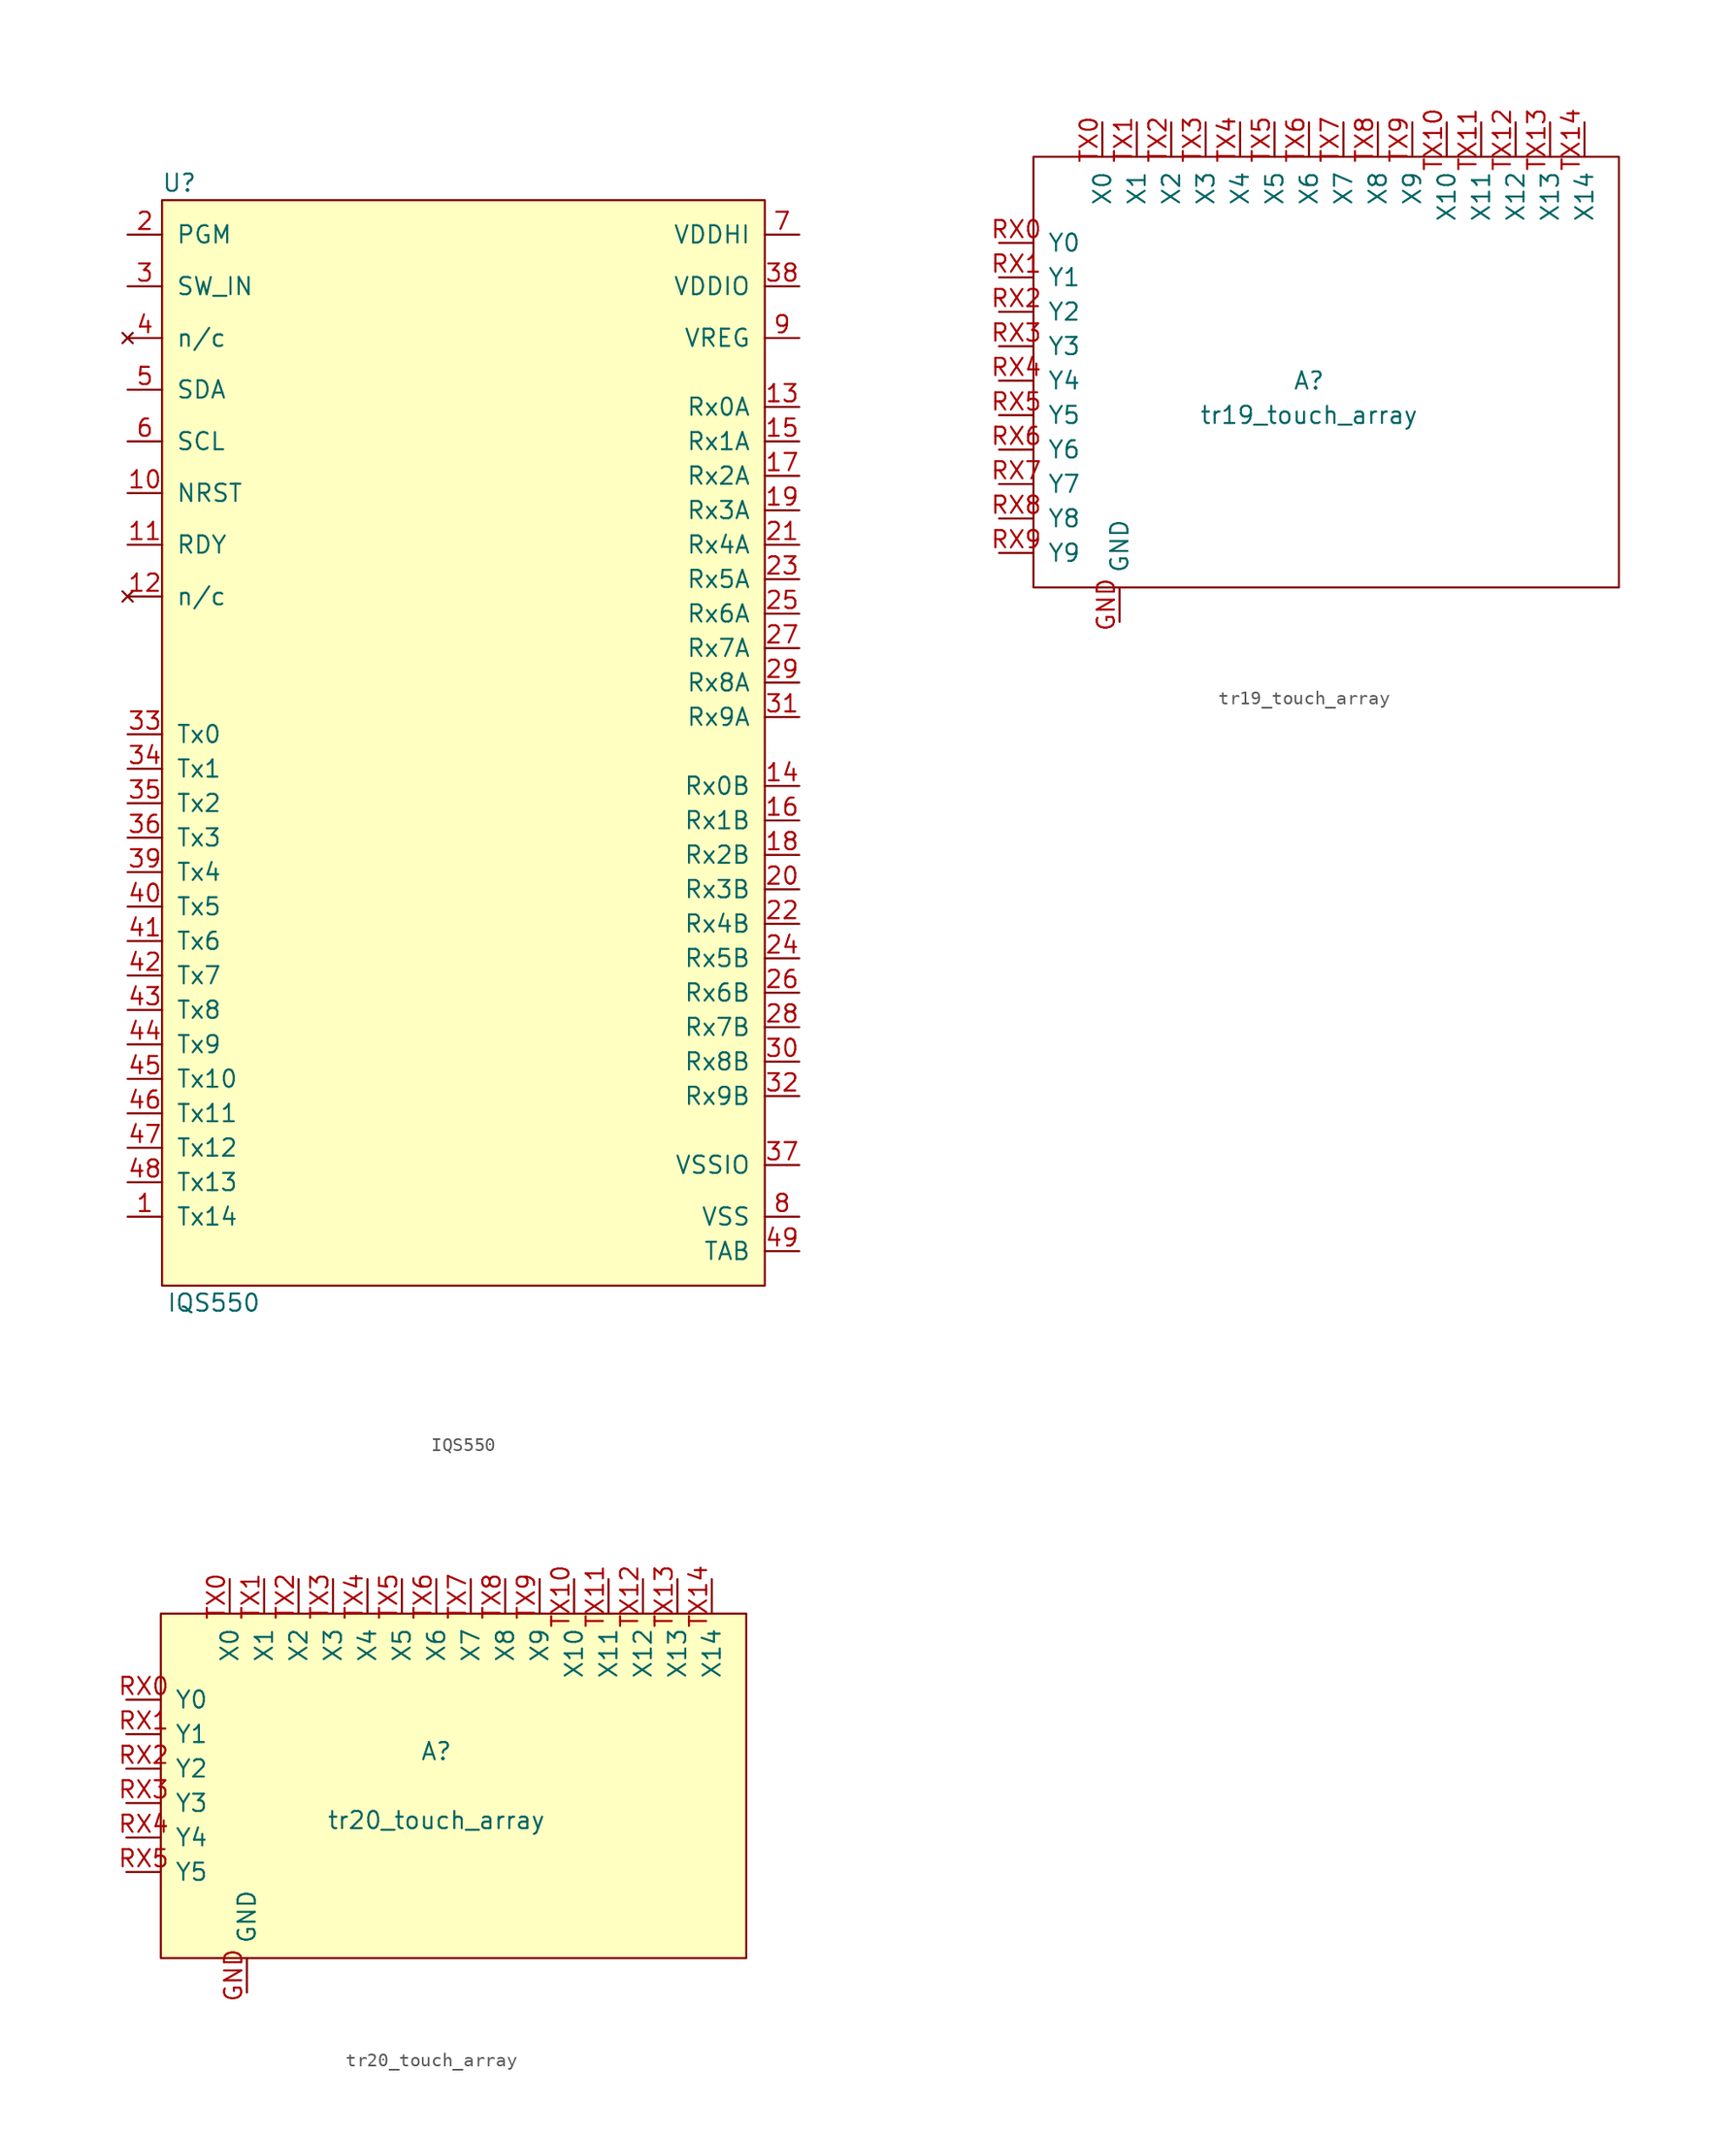
<source format=kicad_sym>
(kicad_symbol_lib
  (version 20201005)
  (generator kicad_symbol_editor)
  (symbol "IQS550"
    (pin_names
      (offset 1.016))
    (property "Reference" "U"
      (at -21.59 38.1 0)
      (effects (font (size 1.27 1.27))))
    (property "Value" "IQS550"
      (at -19.05 -44.45 0)
      (effects (font (size 1.27 1.27))))
    (symbol "IQS550_0_1"
      (rectangle (start -22.86 36.83) (end 21.59 -43.18) (stroke (width 0)) (fill (type background))))
    (symbol "IQS550_1_1"
      (pin output line (at -25.4 -38.1 0) (length 2.54) (name "Tx14" (effects (font (size 1.27 1.27)))) (number "1" (effects (font (size 1.27 1.27)))))
      (pin input line (at -25.4 15.24 0) (length 2.54) (name "NRST" (effects (font (size 1.27 1.27)))) (number "10" (effects (font (size 1.27 1.27)))))
      (pin output line (at -25.4 11.43 0) (length 2.54) (name "RDY" (effects (font (size 1.27 1.27)))) (number "11" (effects (font (size 1.27 1.27)))))
      (pin no_connect line (at -25.4 7.62 0) (length 2.54) (name "n/c" (effects (font (size 1.27 1.27)))) (number "12" (effects (font (size 1.27 1.27)))))
      (pin input line (at 24.13 21.59 180) (length 2.54) (name "Rx0A" (effects (font (size 1.27 1.27)))) (number "13" (effects (font (size 1.27 1.27)))))
      (pin input line (at 24.13 -6.35 180) (length 2.54) (name "Rx0B" (effects (font (size 1.27 1.27)))) (number "14" (effects (font (size 1.27 1.27)))))
      (pin input line (at 24.13 19.05 180) (length 2.54) (name "Rx1A" (effects (font (size 1.27 1.27)))) (number "15" (effects (font (size 1.27 1.27)))))
      (pin input line (at 24.13 -8.89 180) (length 2.54) (name "Rx1B" (effects (font (size 1.27 1.27)))) (number "16" (effects (font (size 1.27 1.27)))))
      (pin input line (at 24.13 16.51 180) (length 2.54) (name "Rx2A" (effects (font (size 1.27 1.27)))) (number "17" (effects (font (size 1.27 1.27)))))
      (pin input line (at 24.13 -11.43 180) (length 2.54) (name "Rx2B" (effects (font (size 1.27 1.27)))) (number "18" (effects (font (size 1.27 1.27)))))
      (pin input line (at 24.13 13.97 180) (length 2.54) (name "Rx3A" (effects (font (size 1.27 1.27)))) (number "19" (effects (font (size 1.27 1.27)))))
      (pin unspecified line (at -25.4 34.29 0) (length 2.54) (name "PGM" (effects (font (size 1.27 1.27)))) (number "2" (effects (font (size 1.27 1.27)))))
      (pin input line (at 24.13 -13.97 180) (length 2.54) (name "Rx3B" (effects (font (size 1.27 1.27)))) (number "20" (effects (font (size 1.27 1.27)))))
      (pin input line (at 24.13 11.43 180) (length 2.54) (name "Rx4A" (effects (font (size 1.27 1.27)))) (number "21" (effects (font (size 1.27 1.27)))))
      (pin input line (at 24.13 -16.51 180) (length 2.54) (name "Rx4B" (effects (font (size 1.27 1.27)))) (number "22" (effects (font (size 1.27 1.27)))))
      (pin input line (at 24.13 8.89 180) (length 2.54) (name "Rx5A" (effects (font (size 1.27 1.27)))) (number "23" (effects (font (size 1.27 1.27)))))
      (pin input line (at 24.13 -19.05 180) (length 2.54) (name "Rx5B" (effects (font (size 1.27 1.27)))) (number "24" (effects (font (size 1.27 1.27)))))
      (pin input line (at 24.13 6.35 180) (length 2.54) (name "Rx6A" (effects (font (size 1.27 1.27)))) (number "25" (effects (font (size 1.27 1.27)))))
      (pin input line (at 24.13 -21.59 180) (length 2.54) (name "Rx6B" (effects (font (size 1.27 1.27)))) (number "26" (effects (font (size 1.27 1.27)))))
      (pin input line (at 24.13 3.81 180) (length 2.54) (name "Rx7A" (effects (font (size 1.27 1.27)))) (number "27" (effects (font (size 1.27 1.27)))))
      (pin input line (at 24.13 -24.13 180) (length 2.54) (name "Rx7B" (effects (font (size 1.27 1.27)))) (number "28" (effects (font (size 1.27 1.27)))))
      (pin input line (at 24.13 1.27 180) (length 2.54) (name "Rx8A" (effects (font (size 1.27 1.27)))) (number "29" (effects (font (size 1.27 1.27)))))
      (pin input line (at -25.4 30.48 0) (length 2.54) (name "SW_IN" (effects (font (size 1.27 1.27)))) (number "3" (effects (font (size 1.27 1.27)))))
      (pin input line (at 24.13 -26.67 180) (length 2.54) (name "Rx8B" (effects (font (size 1.27 1.27)))) (number "30" (effects (font (size 1.27 1.27)))))
      (pin input line (at 24.13 -1.27 180) (length 2.54) (name "Rx9A" (effects (font (size 1.27 1.27)))) (number "31" (effects (font (size 1.27 1.27)))))
      (pin input line (at 24.13 -29.21 180) (length 2.54) (name "Rx9B" (effects (font (size 1.27 1.27)))) (number "32" (effects (font (size 1.27 1.27)))))
      (pin output line (at -25.4 -2.54 0) (length 2.54) (name "Tx0" (effects (font (size 1.27 1.27)))) (number "33" (effects (font (size 1.27 1.27)))))
      (pin output line (at -25.4 -5.08 0) (length 2.54) (name "Tx1" (effects (font (size 1.27 1.27)))) (number "34" (effects (font (size 1.27 1.27)))))
      (pin output line (at -25.4 -7.62 0) (length 2.54) (name "Tx2" (effects (font (size 1.27 1.27)))) (number "35" (effects (font (size 1.27 1.27)))))
      (pin output line (at -25.4 -10.16 0) (length 2.54) (name "Tx3" (effects (font (size 1.27 1.27)))) (number "36" (effects (font (size 1.27 1.27)))))
      (pin power_in line (at 24.13 -34.29 180) (length 2.54) (name "VSSIO" (effects (font (size 1.27 1.27)))) (number "37" (effects (font (size 1.27 1.27)))))
      (pin power_in line (at 24.13 30.48 180) (length 2.54) (name "VDDIO" (effects (font (size 1.27 1.27)))) (number "38" (effects (font (size 1.27 1.27)))))
      (pin output line (at -25.4 -12.7 0) (length 2.54) (name "Tx4" (effects (font (size 1.27 1.27)))) (number "39" (effects (font (size 1.27 1.27)))))
      (pin no_connect line (at -25.4 26.67 0) (length 2.54) (name "n/c" (effects (font (size 1.27 1.27)))) (number "4" (effects (font (size 1.27 1.27)))))
      (pin output line (at -25.4 -15.24 0) (length 2.54) (name "Tx5" (effects (font (size 1.27 1.27)))) (number "40" (effects (font (size 1.27 1.27)))))
      (pin output line (at -25.4 -17.78 0) (length 2.54) (name "Tx6" (effects (font (size 1.27 1.27)))) (number "41" (effects (font (size 1.27 1.27)))))
      (pin output line (at -25.4 -20.32 0) (length 2.54) (name "Tx7" (effects (font (size 1.27 1.27)))) (number "42" (effects (font (size 1.27 1.27)))))
      (pin output line (at -25.4 -22.86 0) (length 2.54) (name "Tx8" (effects (font (size 1.27 1.27)))) (number "43" (effects (font (size 1.27 1.27)))))
      (pin output line (at -25.4 -25.4 0) (length 2.54) (name "Tx9" (effects (font (size 1.27 1.27)))) (number "44" (effects (font (size 1.27 1.27)))))
      (pin output line (at -25.4 -27.94 0) (length 2.54) (name "Tx10" (effects (font (size 1.27 1.27)))) (number "45" (effects (font (size 1.27 1.27)))))
      (pin output line (at -25.4 -30.48 0) (length 2.54) (name "Tx11" (effects (font (size 1.27 1.27)))) (number "46" (effects (font (size 1.27 1.27)))))
      (pin output line (at -25.4 -33.02 0) (length 2.54) (name "Tx12" (effects (font (size 1.27 1.27)))) (number "47" (effects (font (size 1.27 1.27)))))
      (pin output line (at -25.4 -35.56 0) (length 2.54) (name "Tx13" (effects (font (size 1.27 1.27)))) (number "48" (effects (font (size 1.27 1.27)))))
      (pin passive line (at 24.13 -40.64 180) (length 2.54) (name "TAB" (effects (font (size 1.27 1.27)))) (number "49" (effects (font (size 1.27 1.27)))))
      (pin open_collector line (at -25.4 22.86 0) (length 2.54) (name "SDA" (effects (font (size 1.27 1.27)))) (number "5" (effects (font (size 1.27 1.27)))))
      (pin input line (at -25.4 19.05 0) (length 2.54) (name "SCL" (effects (font (size 1.27 1.27)))) (number "6" (effects (font (size 1.27 1.27)))))
      (pin power_in line (at 24.13 34.29 180) (length 2.54) (name "VDDHI" (effects (font (size 1.27 1.27)))) (number "7" (effects (font (size 1.27 1.27)))))
      (pin power_in line (at 24.13 -38.1 180) (length 2.54) (name "VSS" (effects (font (size 1.27 1.27)))) (number "8" (effects (font (size 1.27 1.27)))))
      (pin power_out line (at 24.13 26.67 180) (length 2.54) (name "VREG" (effects (font (size 1.27 1.27)))) (number "9" (effects (font (size 1.27 1.27)))))))
  (symbol "tr19_touch_array"
    (pin_names
      (offset 1.016))
    (property "Reference" "A"
      (at 0 0 0)
      (effects (font (size 1.27 1.27))))
    (property "Value" "tr19_touch_array"
      (at 0 -2.54 0)
      (effects (font (size 1.27 1.27))))
    (symbol "tr19_touch_array_0_1"
      (rectangle (start -20.32 16.51) (end 22.86 -15.24) (stroke (width 0)) (fill (type none))))
    (symbol "tr19_touch_array_1_1"
      (pin passive line (at -13.97 -17.78 90) (length 2.54) (name "GND" (effects (font (size 1.27 1.27)))) (number "GND" (effects (font (size 1.27 1.27)))))
      (pin passive line (at -22.86 10.16 0) (length 2.54) (name "Y0" (effects (font (size 1.27 1.27)))) (number "RX0" (effects (font (size 1.27 1.27)))))
      (pin passive line (at -22.86 7.62 0) (length 2.54) (name "Y1" (effects (font (size 1.27 1.27)))) (number "RX1" (effects (font (size 1.27 1.27)))))
      (pin passive line (at -22.86 5.08 0) (length 2.54) (name "Y2" (effects (font (size 1.27 1.27)))) (number "RX2" (effects (font (size 1.27 1.27)))))
      (pin passive line (at -22.86 2.54 0) (length 2.54) (name "Y3" (effects (font (size 1.27 1.27)))) (number "RX3" (effects (font (size 1.27 1.27)))))
      (pin passive line (at -22.86 0 0) (length 2.54) (name "Y4" (effects (font (size 1.27 1.27)))) (number "RX4" (effects (font (size 1.27 1.27)))))
      (pin passive line (at -22.86 -2.54 0) (length 2.54) (name "Y5" (effects (font (size 1.27 1.27)))) (number "RX5" (effects (font (size 1.27 1.27)))))
      (pin passive line (at -22.86 -5.08 0) (length 2.54) (name "Y6" (effects (font (size 1.27 1.27)))) (number "RX6" (effects (font (size 1.27 1.27)))))
      (pin passive line (at -22.86 -7.62 0) (length 2.54) (name "Y7" (effects (font (size 1.27 1.27)))) (number "RX7" (effects (font (size 1.27 1.27)))))
      (pin passive line (at -22.86 -10.16 0) (length 2.54) (name "Y8" (effects (font (size 1.27 1.27)))) (number "RX8" (effects (font (size 1.27 1.27)))))
      (pin passive line (at -22.86 -12.7 0) (length 2.54) (name "Y9" (effects (font (size 1.27 1.27)))) (number "RX9" (effects (font (size 1.27 1.27)))))
      (pin passive line (at -15.24 19.05 270) (length 2.54) (name "X0" (effects (font (size 1.27 1.27)))) (number "TX0" (effects (font (size 1.27 1.27)))))
      (pin passive line (at -12.7 19.05 270) (length 2.54) (name "X1" (effects (font (size 1.27 1.27)))) (number "TX1" (effects (font (size 1.27 1.27)))))
      (pin passive line (at 10.16 19.05 270) (length 2.54) (name "X10" (effects (font (size 1.27 1.27)))) (number "TX10" (effects (font (size 1.27 1.27)))))
      (pin passive line (at 12.7 19.05 270) (length 2.54) (name "X11" (effects (font (size 1.27 1.27)))) (number "TX11" (effects (font (size 1.27 1.27)))))
      (pin passive line (at 15.24 19.05 270) (length 2.54) (name "X12" (effects (font (size 1.27 1.27)))) (number "TX12" (effects (font (size 1.27 1.27)))))
      (pin passive line (at 17.78 19.05 270) (length 2.54) (name "X13" (effects (font (size 1.27 1.27)))) (number "TX13" (effects (font (size 1.27 1.27)))))
      (pin passive line (at 20.32 19.05 270) (length 2.54) (name "X14" (effects (font (size 1.27 1.27)))) (number "TX14" (effects (font (size 1.27 1.27)))))
      (pin passive line (at -10.16 19.05 270) (length 2.54) (name "X2" (effects (font (size 1.27 1.27)))) (number "TX2" (effects (font (size 1.27 1.27)))))
      (pin passive line (at -7.62 19.05 270) (length 2.54) (name "X3" (effects (font (size 1.27 1.27)))) (number "TX3" (effects (font (size 1.27 1.27)))))
      (pin passive line (at -5.08 19.05 270) (length 2.54) (name "X4" (effects (font (size 1.27 1.27)))) (number "TX4" (effects (font (size 1.27 1.27)))))
      (pin passive line (at -2.54 19.05 270) (length 2.54) (name "X5" (effects (font (size 1.27 1.27)))) (number "TX5" (effects (font (size 1.27 1.27)))))
      (pin passive line (at 0 19.05 270) (length 2.54) (name "X6" (effects (font (size 1.27 1.27)))) (number "TX6" (effects (font (size 1.27 1.27)))))
      (pin passive line (at 2.54 19.05 270) (length 2.54) (name "X7" (effects (font (size 1.27 1.27)))) (number "TX7" (effects (font (size 1.27 1.27)))))
      (pin passive line (at 5.08 19.05 270) (length 2.54) (name "X8" (effects (font (size 1.27 1.27)))) (number "TX8" (effects (font (size 1.27 1.27)))))
      (pin passive line (at 7.62 19.05 270) (length 2.54) (name "X9" (effects (font (size 1.27 1.27)))) (number "TX9" (effects (font (size 1.27 1.27)))))))
  (symbol "tr20_touch_array"
    (pin_names
      (offset 1.016))
    (property "Reference" "A"
      (at 0 2.54 0)
      (effects (font (size 1.27 1.27))))
    (property "Value" "tr20_touch_array"
      (at 0 -2.54 0)
      (effects (font (size 1.27 1.27))))
    (symbol "tr20_touch_array_0_1"
      (rectangle (start -20.32 12.7) (end 22.86 -12.7) (stroke (width 0)) (fill (type background))))
    (symbol "tr20_touch_array_1_1"
      (pin passive line (at -13.97 -15.24 90) (length 2.54) (name "GND" (effects (font (size 1.27 1.27)))) (number "GND" (effects (font (size 1.27 1.27)))))
      (pin passive line (at -22.86 6.35 0) (length 2.54) (name "Y0" (effects (font (size 1.27 1.27)))) (number "RX0" (effects (font (size 1.27 1.27)))))
      (pin passive line (at -22.86 3.81 0) (length 2.54) (name "Y1" (effects (font (size 1.27 1.27)))) (number "RX1" (effects (font (size 1.27 1.27)))))
      (pin passive line (at -22.86 1.27 0) (length 2.54) (name "Y2" (effects (font (size 1.27 1.27)))) (number "RX2" (effects (font (size 1.27 1.27)))))
      (pin passive line (at -22.86 -1.27 0) (length 2.54) (name "Y3" (effects (font (size 1.27 1.27)))) (number "RX3" (effects (font (size 1.27 1.27)))))
      (pin passive line (at -22.86 -3.81 0) (length 2.54) (name "Y4" (effects (font (size 1.27 1.27)))) (number "RX4" (effects (font (size 1.27 1.27)))))
      (pin passive line (at -22.86 -6.35 0) (length 2.54) (name "Y5" (effects (font (size 1.27 1.27)))) (number "RX5" (effects (font (size 1.27 1.27)))))
      (pin passive line (at -15.24 15.24 270) (length 2.54) (name "X0" (effects (font (size 1.27 1.27)))) (number "TX0" (effects (font (size 1.27 1.27)))))
      (pin passive line (at -12.7 15.24 270) (length 2.54) (name "X1" (effects (font (size 1.27 1.27)))) (number "TX1" (effects (font (size 1.27 1.27)))))
      (pin passive line (at 10.16 15.24 270) (length 2.54) (name "X10" (effects (font (size 1.27 1.27)))) (number "TX10" (effects (font (size 1.27 1.27)))))
      (pin passive line (at 12.7 15.24 270) (length 2.54) (name "X11" (effects (font (size 1.27 1.27)))) (number "TX11" (effects (font (size 1.27 1.27)))))
      (pin passive line (at 15.24 15.24 270) (length 2.54) (name "X12" (effects (font (size 1.27 1.27)))) (number "TX12" (effects (font (size 1.27 1.27)))))
      (pin passive line (at 17.78 15.24 270) (length 2.54) (name "X13" (effects (font (size 1.27 1.27)))) (number "TX13" (effects (font (size 1.27 1.27)))))
      (pin passive line (at 20.32 15.24 270) (length 2.54) (name "X14" (effects (font (size 1.27 1.27)))) (number "TX14" (effects (font (size 1.27 1.27)))))
      (pin passive line (at -10.16 15.24 270) (length 2.54) (name "X2" (effects (font (size 1.27 1.27)))) (number "TX2" (effects (font (size 1.27 1.27)))))
      (pin passive line (at -7.62 15.24 270) (length 2.54) (name "X3" (effects (font (size 1.27 1.27)))) (number "TX3" (effects (font (size 1.27 1.27)))))
      (pin passive line (at -5.08 15.24 270) (length 2.54) (name "X4" (effects (font (size 1.27 1.27)))) (number "TX4" (effects (font (size 1.27 1.27)))))
      (pin passive line (at -2.54 15.24 270) (length 2.54) (name "X5" (effects (font (size 1.27 1.27)))) (number "TX5" (effects (font (size 1.27 1.27)))))
      (pin passive line (at 0 15.24 270) (length 2.54) (name "X6" (effects (font (size 1.27 1.27)))) (number "TX6" (effects (font (size 1.27 1.27)))))
      (pin passive line (at 2.54 15.24 270) (length 2.54) (name "X7" (effects (font (size 1.27 1.27)))) (number "TX7" (effects (font (size 1.27 1.27)))))
      (pin passive line (at 5.08 15.24 270) (length 2.54) (name "X8" (effects (font (size 1.27 1.27)))) (number "TX8" (effects (font (size 1.27 1.27)))))
      (pin passive line (at 7.62 15.24 270) (length 2.54) (name "X9" (effects (font (size 1.27 1.27)))) (number "TX9" (effects (font (size 1.27 1.27))))))))
</source>
